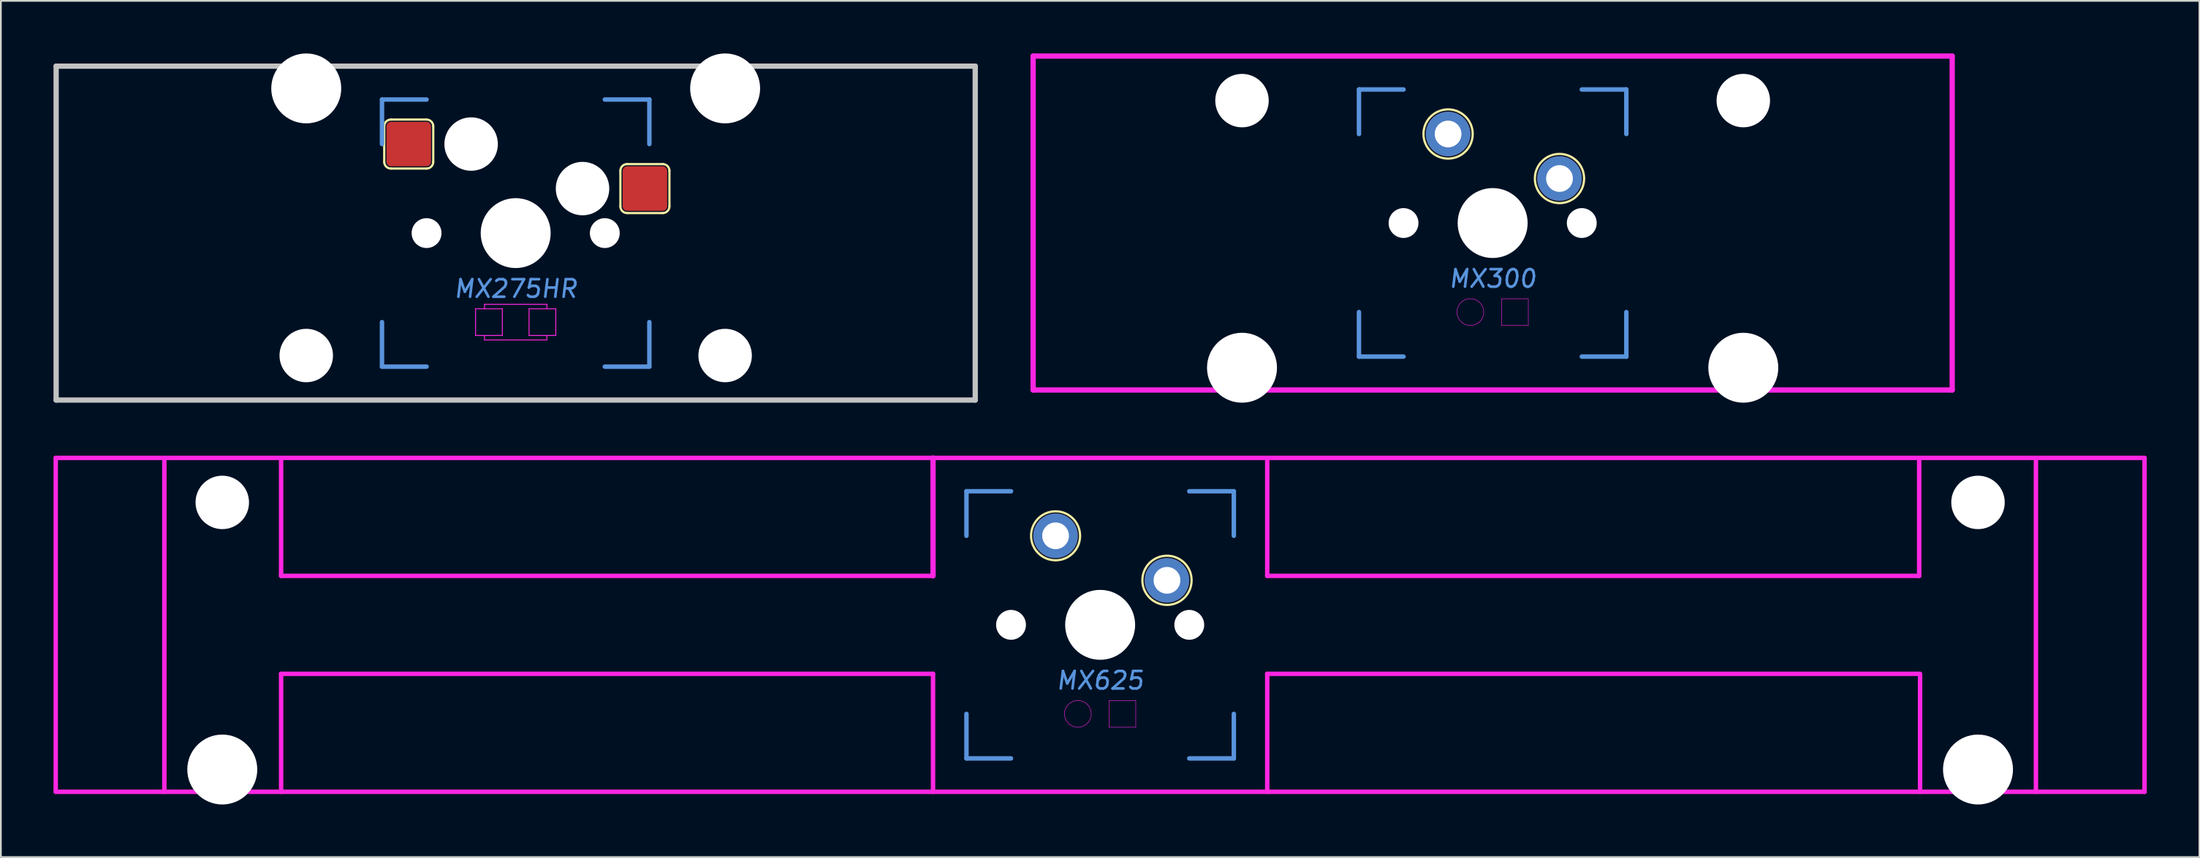
<source format=kicad_pcb>
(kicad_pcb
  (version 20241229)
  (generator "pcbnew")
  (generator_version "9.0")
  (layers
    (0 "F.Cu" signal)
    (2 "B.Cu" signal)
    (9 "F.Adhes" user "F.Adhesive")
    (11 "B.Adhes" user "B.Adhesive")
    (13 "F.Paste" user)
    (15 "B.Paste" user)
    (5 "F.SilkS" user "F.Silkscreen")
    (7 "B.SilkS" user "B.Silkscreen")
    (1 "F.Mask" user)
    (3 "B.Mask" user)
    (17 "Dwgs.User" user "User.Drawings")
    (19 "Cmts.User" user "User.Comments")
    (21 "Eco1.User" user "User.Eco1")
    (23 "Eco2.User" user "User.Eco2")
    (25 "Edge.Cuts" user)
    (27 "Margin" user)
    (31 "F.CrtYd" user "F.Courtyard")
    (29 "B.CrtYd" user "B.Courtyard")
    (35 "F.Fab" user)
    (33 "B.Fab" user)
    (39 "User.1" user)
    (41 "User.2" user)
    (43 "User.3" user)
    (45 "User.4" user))
  (footprint "MX275HR"
    (layer "F.Cu")
    (at 26.344 10.249)
    (property "Reference" "MX275HR" (at 0 3.175 0) (layer "Cmts.User") (effects (font (size 1 1) (thickness 0.15) (italic yes))))
    (attr through_hole)
    (fp_line (start -7.493 -6.096) (end -7.493 -4.064) (stroke (width 0.127) (type solid)) (layer "F.SilkS"))
    (fp_line (start -7.112 -3.683) (end -5.08 -3.683) (stroke (width 0.127) (type solid)) (layer "F.SilkS"))
    (fp_line (start -5.08 -6.477) (end -7.112 -6.477) (stroke (width 0.127) (type solid)) (layer "F.SilkS"))
    (fp_line (start -4.699 -4.064) (end -4.699 -6.096) (stroke (width 0.127) (type solid)) (layer "F.SilkS"))
    (fp_line (start 5.969 -3.556) (end 5.969 -1.524) (stroke (width 0.127) (type solid)) (layer "F.SilkS"))
    (fp_line (start 6.35 -1.143) (end 8.382 -1.143) (stroke (width 0.127) (type solid)) (layer "F.SilkS"))
    (fp_line (start 8.382 -3.937) (end 6.35 -3.937) (stroke (width 0.127) (type solid)) (layer "F.SilkS"))
    (fp_line (start 8.763 -1.524) (end 8.763 -3.556) (stroke (width 0.127) (type solid)) (layer "F.SilkS"))
    (fp_arc (start -7.493 -6.096) (mid -7.381408 -6.365408) (end -7.112 -6.477) (stroke (width 0.127) (type solid)) (layer "F.SilkS"))
    (fp_arc (start -7.112 -3.683) (mid -7.381408 -3.794592) (end -7.493 -4.064) (stroke (width 0.127) (type solid)) (layer "F.SilkS"))
    (fp_arc (start -5.08 -6.477) (mid -4.810592 -6.365408) (end -4.699 -6.096) (stroke (width 0.127) (type solid)) (layer "F.SilkS"))
    (fp_arc (start -4.699 -4.064) (mid -4.810592 -3.794592) (end -5.08 -3.683) (stroke (width 0.127) (type solid)) (layer "F.SilkS"))
    (fp_arc (start 5.969 -3.556) (mid 6.080592 -3.825408) (end 6.35 -3.937) (stroke (width 0.127) (type solid)) (layer "F.SilkS"))
    (fp_arc (start 6.35 -1.143) (mid 6.080592 -1.254592) (end 5.969 -1.524) (stroke (width 0.127) (type solid)) (layer "F.SilkS"))
    (fp_arc (start 8.382 -3.937) (mid 8.651408 -3.825408) (end 8.763 -3.556) (stroke (width 0.127) (type solid)) (layer "F.SilkS"))
    (fp_arc (start 8.763 -1.524) (mid 8.651408 -1.254592) (end 8.382 -1.143) (stroke (width 0.127) (type solid)) (layer "F.SilkS"))
    (fp_line (start -26.194 -9.525) (end -26.194 9.525) (stroke (width 0.3) (type solid)) (layer "Dwgs.User"))
    (fp_line (start -26.194 -9.525) (end 26.194 -9.525) (stroke (width 0.3) (type solid)) (layer "Dwgs.User"))
    (fp_line (start -26.194 9.525) (end 26.194 9.525) (stroke (width 0.3) (type solid)) (layer "Dwgs.User"))
    (fp_line (start 26.194 -9.525) (end 26.194 9.525) (stroke (width 0.3) (type solid)) (layer "Dwgs.User"))
    (fp_line (start -7.62 -7.62) (end -7.62 -5.08) (stroke (width 0.254) (type solid)) (layer "Cmts.User"))
    (fp_line (start -7.62 -7.62) (end -5.08 -7.62) (stroke (width 0.254) (type solid)) (layer "Cmts.User"))
    (fp_line (start -7.62 7.62) (end -7.62 5.08) (stroke (width 0.254) (type solid)) (layer "Cmts.User"))
    (fp_line (start -7.62 7.62) (end -5.08 7.62) (stroke (width 0.254) (type solid)) (layer "Cmts.User"))
    (fp_line (start 7.62 -7.62) (end 5.08 -7.62) (stroke (width 0.254) (type solid)) (layer "Cmts.User"))
    (fp_line (start 7.62 -7.62) (end 7.62 -5.08) (stroke (width 0.254) (type solid)) (layer "Cmts.User"))
    (fp_line (start 7.62 7.62) (end 5.08 7.62) (stroke (width 0.254) (type solid)) (layer "Cmts.User"))
    (fp_line (start 7.62 7.62) (end 7.62 5.08) (stroke (width 0.254) (type solid)) (layer "Cmts.User"))
    (fp_line (start -2.286 4.318) (end -2.286 5.842) (stroke (width 0.051) (type solid)) (layer "F.CrtYd"))
    (fp_line (start -2.286 5.842) (end -0.762 5.842) (stroke (width 0.051) (type solid)) (layer "F.CrtYd"))
    (fp_line (start -1.778 4.064) (end -1.778 4.318) (stroke (width 0.051) (type solid)) (layer "F.CrtYd"))
    (fp_line (start -1.778 5.842) (end -1.778 6.096) (stroke (width 0.051) (type solid)) (layer "F.CrtYd"))
    (fp_line (start -1.778 6.096) (end 1.778 6.096) (stroke (width 0.051) (type solid)) (layer "F.CrtYd"))
    (fp_line (start -0.762 4.318) (end -2.286 4.318) (stroke (width 0.051) (type solid)) (layer "F.CrtYd"))
    (fp_line (start -0.762 5.842) (end -0.762 4.318) (stroke (width 0.051) (type solid)) (layer "F.CrtYd"))
    (fp_line (start 0.762 4.318) (end 0.762 5.842) (stroke (width 0.051) (type solid)) (layer "F.CrtYd"))
    (fp_line (start 0.762 5.842) (end 2.286 5.842) (stroke (width 0.051) (type solid)) (layer "F.CrtYd"))
    (fp_line (start 1.778 4.064) (end -1.778 4.064) (stroke (width 0.051) (type solid)) (layer "F.CrtYd"))
    (fp_line (start 1.778 4.318) (end 1.778 4.064) (stroke (width 0.051) (type solid)) (layer "F.CrtYd"))
    (fp_line (start 1.778 6.096) (end 1.778 5.842) (stroke (width 0.051) (type solid)) (layer "F.CrtYd"))
    (fp_line (start 2.286 4.318) (end 0.762 4.318) (stroke (width 0.051) (type solid)) (layer "F.CrtYd"))
    (fp_line (start 2.286 5.842) (end 2.286 4.318) (stroke (width 0.051) (type solid)) (layer "F.CrtYd"))
    (pad "" np_thru_hole circle (at -11.938 -8.255) (size 3.988 3.988) (drill 3.988) (layers "*.Cu" "*.Mask"))
    (pad "" np_thru_hole circle (at -11.938 6.985) (size 3.048 3.048) (drill 3.048) (layers "*.Cu" "*.Mask"))
    (pad "" np_thru_hole circle (at -5.08 0) (size 1.702 1.702) (drill 1.702) (layers "*.Cu" "*.Mask"))
    (pad "" np_thru_hole circle (at -2.54 -5.08) (size 3.048 3.048) (drill 3.048) (layers "*.Cu" "*.Mask"))
    (pad "" np_thru_hole circle (at 0 0) (size 3.988 3.988) (drill 3.988) (layers "*.Cu" "*.Mask"))
    (pad "" np_thru_hole circle (at 3.81 -2.54) (size 3.048 3.048) (drill 3.048) (layers "*.Cu" "*.Mask"))
    (pad "" np_thru_hole circle (at 5.08 0) (size 1.702 1.702) (drill 1.702) (layers "*.Cu" "*.Mask"))
    (pad "" np_thru_hole circle (at 11.938 -8.255) (size 3.988 3.988) (drill 3.988) (layers "*.Cu" "*.Mask"))
    (pad "" np_thru_hole circle (at 11.938 6.985) (size 3.048 3.048) (drill 3.048) (layers "*.Cu" "*.Mask"))
    (pad "1" smd roundrect (at -6.096 -5.08) (size 2.54 2.54) (layers "F.Cu" "F.Mask" "F.Paste") (roundrect_rratio 0.1))
    (pad "2" smd roundrect (at 7.366 -2.54) (size 2.54 2.54) (layers "F.Cu" "F.Mask" "F.Paste") (roundrect_rratio 0.1)))
  (footprint "MX300"
    (layer "F.Cu")
    (at 82.031 9.675)
    (property "Reference" "MX300" (at 0 3.175 0) (layer "Cmts.User") (effects (font (size 1 1) (thickness 0.15) (italic yes))))
    (attr through_hole)
    (fp_circle (center -2.54 -5.08) (end -1.143 -4.953) (stroke (width 0.127) (type solid)) (fill no) (layer "F.SilkS"))
    (fp_circle (center 3.81 -2.54) (end 5.207 -2.413) (stroke (width 0.127) (type solid)) (fill no) (layer "F.SilkS"))
    (fp_line (start -7.62 -7.62) (end -7.62 -5.08) (stroke (width 0.254) (type solid)) (layer "Cmts.User"))
    (fp_line (start -7.62 -7.62) (end -5.08 -7.62) (stroke (width 0.254) (type solid)) (layer "Cmts.User"))
    (fp_line (start -7.62 7.62) (end -7.62 5.08) (stroke (width 0.254) (type solid)) (layer "Cmts.User"))
    (fp_line (start -7.62 7.62) (end -5.08 7.62) (stroke (width 0.254) (type solid)) (layer "Cmts.User"))
    (fp_line (start 7.62 -7.62) (end 5.08 -7.62) (stroke (width 0.254) (type solid)) (layer "Cmts.User"))
    (fp_line (start 7.62 -7.62) (end 7.62 -5.08) (stroke (width 0.254) (type solid)) (layer "Cmts.User"))
    (fp_line (start 7.62 7.62) (end 5.08 7.62) (stroke (width 0.254) (type solid)) (layer "Cmts.User"))
    (fp_line (start 7.62 7.62) (end 7.62 5.08) (stroke (width 0.254) (type solid)) (layer "Cmts.User"))
    (fp_line (start -26.194 -9.525) (end -26.194 9.525) (stroke (width 0.3) (type solid)) (layer "F.CrtYd"))
    (fp_line (start -26.194 -9.525) (end 26.194 -9.525) (stroke (width 0.3) (type solid)) (layer "F.CrtYd"))
    (fp_line (start -26.194 9.525) (end 26.194 9.525) (stroke (width 0.3) (type solid)) (layer "F.CrtYd"))
    (fp_line (start 0.508 4.318) (end 2.032 4.318) (stroke (width 0.025) (type solid)) (layer "F.CrtYd"))
    (fp_line (start 0.508 5.842) (end 0.508 4.318) (stroke (width 0.025) (type solid)) (layer "F.CrtYd"))
    (fp_line (start 2.032 4.318) (end 2.032 5.842) (stroke (width 0.025) (type solid)) (layer "F.CrtYd"))
    (fp_line (start 2.032 5.842) (end 0.508 5.842) (stroke (width 0.025) (type solid)) (layer "F.CrtYd"))
    (fp_line (start 26.194 -9.525) (end 26.194 9.525) (stroke (width 0.3) (type solid)) (layer "F.CrtYd"))
    (fp_circle (center -1.27 5.08) (end -0.508 5.08) (stroke (width 0.025) (type solid)) (fill no) (layer "F.CrtYd"))
    (pad "" np_thru_hole circle (at -14.287 -6.985) (size 3.048 3.048) (drill 3.048) (layers "*.Cu" "*.Mask"))
    (pad "" np_thru_hole circle (at -14.287 8.255) (size 3.988 3.988) (drill 3.988) (layers "*.Cu" "*.Mask"))
    (pad "" np_thru_hole circle (at -5.08 0) (size 1.702 1.702) (drill 1.702) (layers "*.Cu" "*.Mask"))
    (pad "" np_thru_hole circle (at 0 0) (size 3.988 3.988) (drill 3.988) (layers "*.Cu" "*.Mask"))
    (pad "" np_thru_hole circle (at 5.08 0) (size 1.702 1.702) (drill 1.702) (layers "*.Cu" "*.Mask"))
    (pad "" np_thru_hole circle (at 14.287 -6.985) (size 3.048 3.048) (drill 3.048) (layers "*.Cu" "*.Mask"))
    (pad "" np_thru_hole circle (at 14.287 8.255) (size 3.988 3.988) (drill 3.988) (layers "*.Cu" "*.Mask"))
    (pad "1" thru_hole circle (at -2.54 -5.08) (size 2.54 2.54) (drill 1.524) (layers "*.Cu" "*.Mask"))
    (pad "2" thru_hole circle (at 3.81 -2.54) (size 2.54 2.54) (drill 1.524) (layers "*.Cu" "*.Mask")))
  (footprint "MX625"
    (layer "F.Cu")
    (at 59.658 32.599)
    (property "Reference" "MX625" (at 0 3.175 0) (layer "Cmts.User") (effects (font (size 1 1) (thickness 0.15) (italic yes))))
    (attr through_hole)
    (fp_circle (center -2.54 -5.08) (end -1.143 -5.08) (stroke (width 0.127) (type solid)) (fill no) (layer "F.SilkS"))
    (fp_circle (center 3.81 -2.54) (end 5.207 -2.413) (stroke (width 0.127) (type solid)) (fill no) (layer "F.SilkS"))
    (fp_line (start -7.62 -7.62) (end -7.62 -5.08) (stroke (width 0.254) (type solid)) (layer "Cmts.User"))
    (fp_line (start -7.62 -7.62) (end -5.08 -7.62) (stroke (width 0.254) (type solid)) (layer "Cmts.User"))
    (fp_line (start -7.62 7.62) (end -7.62 5.08) (stroke (width 0.254) (type solid)) (layer "Cmts.User"))
    (fp_line (start -7.62 7.62) (end -5.08 7.62) (stroke (width 0.254) (type solid)) (layer "Cmts.User"))
    (fp_line (start 7.62 -7.62) (end 5.08 -7.62) (stroke (width 0.254) (type solid)) (layer "Cmts.User"))
    (fp_line (start 7.62 -7.62) (end 7.62 -5.08) (stroke (width 0.254) (type solid)) (layer "Cmts.User"))
    (fp_line (start 7.62 7.62) (end 5.08 7.62) (stroke (width 0.254) (type solid)) (layer "Cmts.User"))
    (fp_line (start 7.62 7.62) (end 7.62 5.08) (stroke (width 0.254) (type solid)) (layer "Cmts.User"))
    (fp_line (start -59.531 -9.525) (end -59.531 9.525) (stroke (width 0.254) (type solid)) (layer "F.CrtYd"))
    (fp_line (start -59.531 -9.525) (end 59.531 -9.525) (stroke (width 0.254) (type solid)) (layer "F.CrtYd"))
    (fp_line (start -59.531 9.525) (end 59.531 9.525) (stroke (width 0.254) (type solid)) (layer "F.CrtYd"))
    (fp_line (start -53.34 -9.525) (end -53.34 9.525) (stroke (width 0.254) (type solid)) (layer "F.CrtYd"))
    (fp_line (start -46.685 -9.525) (end -46.685 -2.794) (stroke (width 0.254) (type solid)) (layer "F.CrtYd"))
    (fp_line (start -46.685 -2.794) (end -9.525 -2.794) (stroke (width 0.254) (type solid)) (layer "F.CrtYd"))
    (fp_line (start -46.685 2.794) (end -46.685 9.525) (stroke (width 0.254) (type solid)) (layer "F.CrtYd"))
    (fp_line (start -46.685 2.794) (end -9.525 2.794) (stroke (width 0.254) (type solid)) (layer "F.CrtYd"))
    (fp_line (start -9.525 -9.525) (end -9.525 -2.794) (stroke (width 0.3) (type solid)) (layer "F.CrtYd"))
    (fp_line (start -9.525 2.794) (end -9.525 9.525) (stroke (width 0.254) (type solid)) (layer "F.CrtYd"))
    (fp_line (start 0.508 4.318) (end 2.032 4.318) (stroke (width 0.025) (type solid)) (layer "F.CrtYd"))
    (fp_line (start 0.508 5.842) (end 0.508 4.318) (stroke (width 0.025) (type solid)) (layer "F.CrtYd"))
    (fp_line (start 2.032 4.318) (end 2.032 5.842) (stroke (width 0.025) (type solid)) (layer "F.CrtYd"))
    (fp_line (start 2.032 5.842) (end 0.508 5.842) (stroke (width 0.025) (type solid)) (layer "F.CrtYd"))
    (fp_line (start 9.525 -9.525) (end 9.525 -2.794) (stroke (width 0.254) (type solid)) (layer "F.CrtYd"))
    (fp_line (start 9.525 -2.794) (end 46.685 -2.794) (stroke (width 0.254) (type solid)) (layer "F.CrtYd"))
    (fp_line (start 9.525 2.794) (end 9.525 9.525) (stroke (width 0.254) (type solid)) (layer "F.CrtYd"))
    (fp_line (start 9.525 2.794) (end 46.685 2.794) (stroke (width 0.254) (type solid)) (layer "F.CrtYd"))
    (fp_line (start 46.685 -9.525) (end 46.685 -2.794) (stroke (width 0.254) (type solid)) (layer "F.CrtYd"))
    (fp_line (start 46.736 2.794) (end 46.736 9.525) (stroke (width 0.254) (type solid)) (layer "F.CrtYd"))
    (fp_line (start 53.34 -9.525) (end 53.34 9.525) (stroke (width 0.254) (type solid)) (layer "F.CrtYd"))
    (fp_line (start 59.531 -9.525) (end 59.531 9.525) (stroke (width 0.254) (type solid)) (layer "F.CrtYd"))
    (fp_circle (center -1.27 5.08) (end -0.508 5.08) (stroke (width 0.025) (type solid)) (fill no) (layer "F.CrtYd"))
    (pad "" np_thru_hole circle (at -50.038 -6.985) (size 3.048 3.048) (drill 3.048) (layers "*.Cu" "*.Mask"))
    (pad "" np_thru_hole circle (at -50.038 8.255) (size 3.988 3.988) (drill 3.988) (layers "*.Cu" "*.Mask"))
    (pad "" np_thru_hole circle (at -5.08 0) (size 1.702 1.702) (drill 1.702) (layers "*.Cu" "*.Mask"))
    (pad "" np_thru_hole circle (at 0 0) (size 3.988 3.988) (drill 3.988) (layers "*.Cu" "*.Mask"))
    (pad "" np_thru_hole circle (at 5.08 0) (size 1.702 1.702) (drill 1.702) (layers "*.Cu" "*.Mask"))
    (pad "" np_thru_hole circle (at 50.038 -6.985) (size 3.048 3.048) (drill 3.048) (layers "*.Cu" "*.Mask"))
    (pad "" np_thru_hole circle (at 50.038 8.255) (size 3.988 3.988) (drill 3.988) (layers "*.Cu" "*.Mask"))
    (pad "1" thru_hole circle (at -2.54 -5.08) (size 2.54 2.54) (drill 1.524) (layers "*.Cu" "*.Mask"))
    (pad "2" thru_hole circle (at 3.81 -2.54) (size 2.54 2.54) (drill 1.524) (layers "*.Cu" "*.Mask")))
  (gr_rect
    (start -3 -3)
    (end 122.317 45.848)
    (stroke (width 0.1) (type default))
    (fill no)
    (layer "Edge.Cuts")))
</source>
